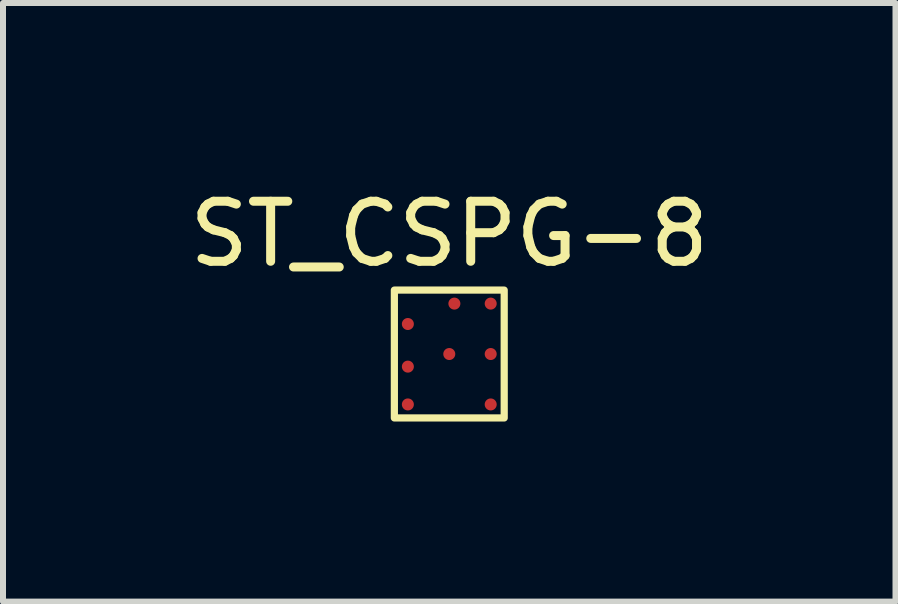
<source format=kicad_pcb>
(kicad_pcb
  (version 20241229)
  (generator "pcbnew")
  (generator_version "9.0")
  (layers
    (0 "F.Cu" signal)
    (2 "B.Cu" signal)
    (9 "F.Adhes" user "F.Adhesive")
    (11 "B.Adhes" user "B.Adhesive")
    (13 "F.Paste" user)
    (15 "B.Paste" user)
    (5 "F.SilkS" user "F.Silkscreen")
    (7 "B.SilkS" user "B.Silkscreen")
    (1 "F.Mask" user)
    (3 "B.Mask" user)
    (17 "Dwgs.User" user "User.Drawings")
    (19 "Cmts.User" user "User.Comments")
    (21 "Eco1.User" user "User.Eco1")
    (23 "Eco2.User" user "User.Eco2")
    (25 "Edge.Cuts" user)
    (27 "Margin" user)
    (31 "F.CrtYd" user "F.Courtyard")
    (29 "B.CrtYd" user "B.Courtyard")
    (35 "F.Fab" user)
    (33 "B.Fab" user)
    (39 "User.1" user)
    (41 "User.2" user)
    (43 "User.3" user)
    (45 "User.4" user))
  (footprint "ST_CSPG-8"
    (layer "F.Cu")
    (at 4.435 2.848)
    (property "Reference" "ST_CSPG-8" (at 0 -2 0) (unlocked yes) (layer "F.SilkS") (effects (font (size 1 1) (thickness 0.15))))
    (attr smd)
    (fp_rect (start -0.915 -1.065) (end 0.915 1.065) (stroke (width 0.12) (type solid)) (fill no) (layer "F.SilkS"))
    (pad "A1" smd circle (at -0.69 -0.5) (size 0.2 0.2) (layers "F.Cu" "F.Mask" "F.Paste"))
    (pad "A2" smd circle (at -0.69 0.21) (size 0.2 0.2) (layers "F.Cu" "F.Mask" "F.Paste"))
    (pad "A3" smd circle (at -0.69 0.84) (size 0.2 0.2) (layers "F.Cu" "F.Mask" "F.Paste"))
    (pad "B1" smd circle (at 0.085 -0.84) (size 0.2 0.2) (layers "F.Cu" "F.Mask" "F.Paste"))
    (pad "B2" smd circle (at 0 0) (size 0.2 0.2) (layers "F.Cu" "F.Mask" "F.Paste"))
    (pad "C1" smd circle (at 0.69 -0.84) (size 0.2 0.2) (layers "F.Cu" "F.Mask" "F.Paste"))
    (pad "C2" smd circle (at 0.69 0) (size 0.2 0.2) (layers "F.Cu" "F.Mask" "F.Paste"))
    (pad "C3" smd circle (at 0.69 0.84) (size 0.2 0.2) (layers "F.Cu" "F.Mask" "F.Paste")))
  (gr_rect
    (start -3 -3)
    (end 11.869 6.973)
    (stroke (width 0.1) (type default))
    (fill no)
    (layer "Edge.Cuts")))
</source>
